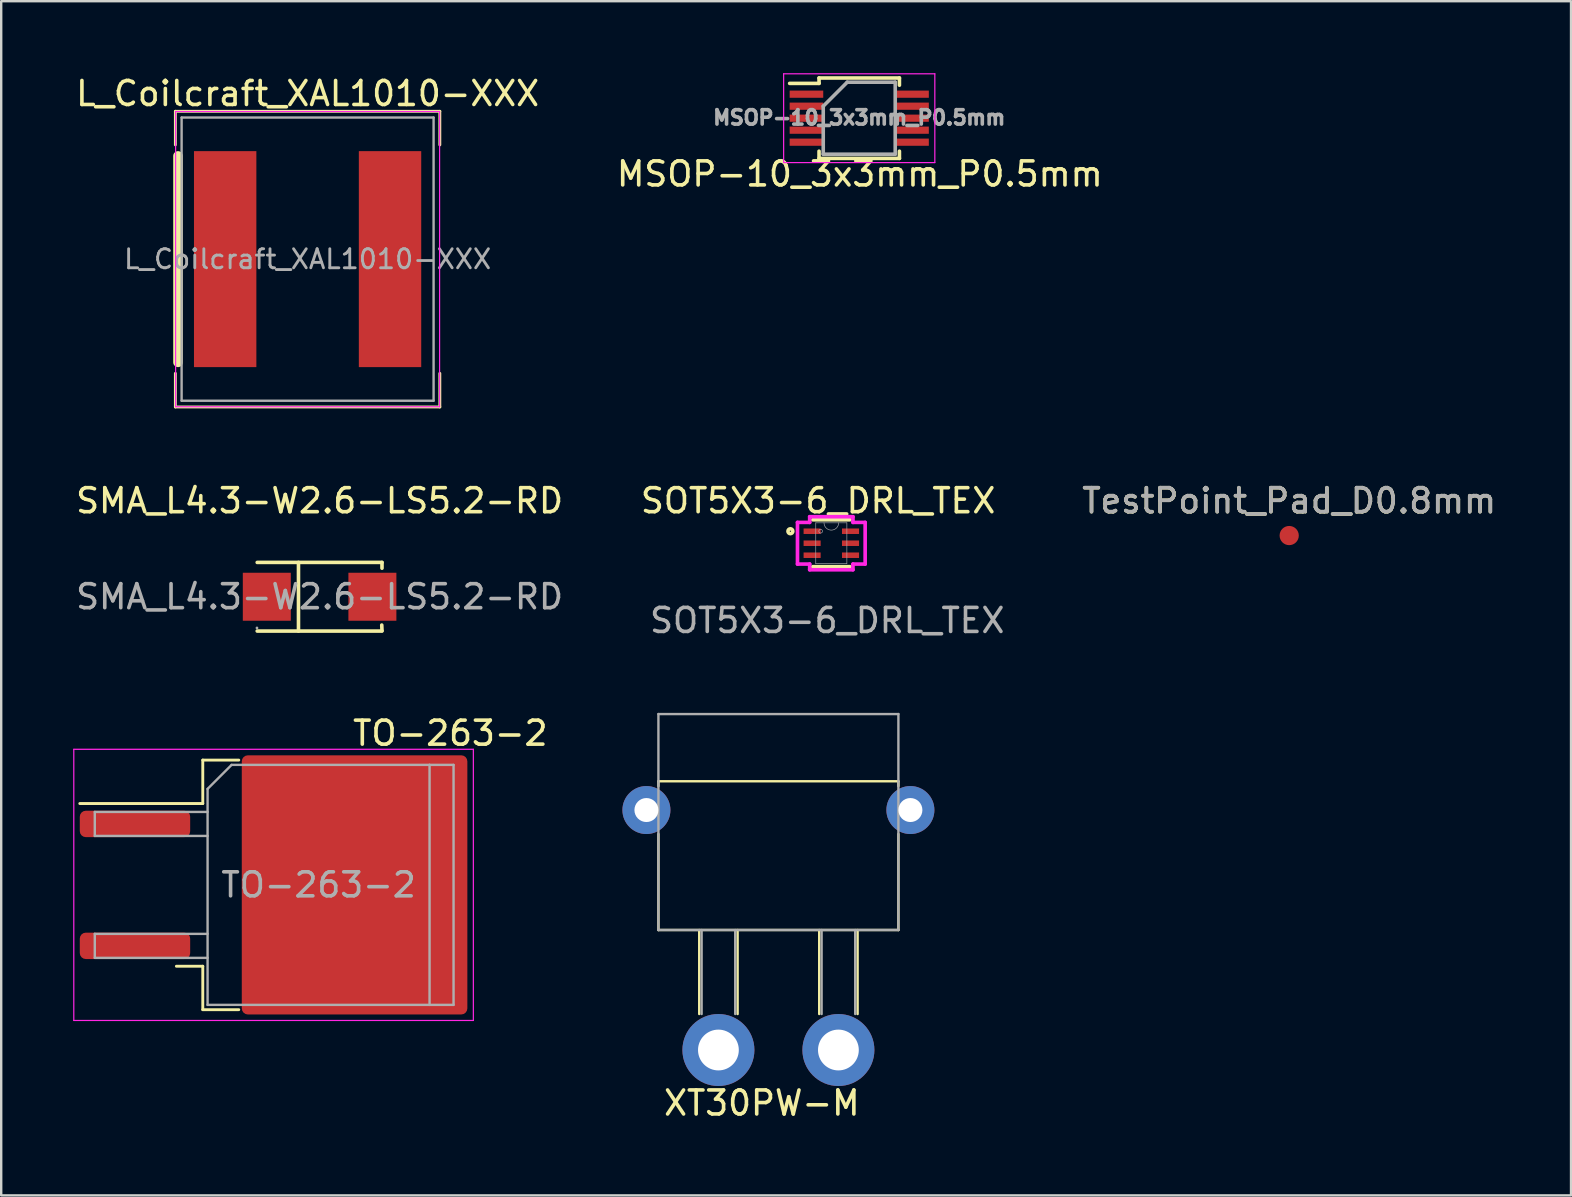
<source format=kicad_pcb>
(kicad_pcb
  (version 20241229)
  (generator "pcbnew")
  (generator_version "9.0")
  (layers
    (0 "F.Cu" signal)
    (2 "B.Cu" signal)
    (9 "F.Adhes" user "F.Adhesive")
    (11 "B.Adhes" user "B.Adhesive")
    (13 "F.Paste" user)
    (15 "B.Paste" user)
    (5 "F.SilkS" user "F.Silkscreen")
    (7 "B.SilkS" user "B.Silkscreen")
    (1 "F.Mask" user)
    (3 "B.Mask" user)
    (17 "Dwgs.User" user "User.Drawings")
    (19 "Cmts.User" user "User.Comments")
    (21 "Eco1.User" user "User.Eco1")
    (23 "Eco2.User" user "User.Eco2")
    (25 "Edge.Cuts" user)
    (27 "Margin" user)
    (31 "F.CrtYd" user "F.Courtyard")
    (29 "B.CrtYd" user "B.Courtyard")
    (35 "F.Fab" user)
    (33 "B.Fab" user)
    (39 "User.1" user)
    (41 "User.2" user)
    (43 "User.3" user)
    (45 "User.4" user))
  (footprint "TO-263-2"
    (layer "F.Cu")
    (at 10.225 33.824)
    (property "Reference" "TO-263-2" (at 5.489 -6.321 0) (layer "F.SilkS") (effects (font (size 1 1) (thickness 0.15))))
    (attr smd)
    (fp_line (start -4.825 -5.2) (end -4.825 -3.39) (stroke (width 0.12) (type solid)) (layer "F.SilkS"))
    (fp_line (start -4.825 -3.39) (end -9.95 -3.39) (stroke (width 0.12) (type solid)) (layer "F.SilkS"))
    (fp_line (start -4.825 3.39) (end -5.925 3.39) (stroke (width 0.12) (type solid)) (layer "F.SilkS"))
    (fp_line (start -4.825 5.2) (end -4.825 3.39) (stroke (width 0.12) (type solid)) (layer "F.SilkS"))
    (fp_line (start -3.325 -5.2) (end -4.825 -5.2) (stroke (width 0.12) (type solid)) (layer "F.SilkS"))
    (fp_line (start -3.325 5.2) (end -4.825 5.2) (stroke (width 0.12) (type solid)) (layer "F.SilkS"))
    (fp_line (start -10.2 -5.65) (end -10.2 5.65) (stroke (width 0.05) (type solid)) (layer "F.CrtYd"))
    (fp_line (start -10.2 5.65) (end 6.45 5.65) (stroke (width 0.05) (type solid)) (layer "F.CrtYd"))
    (fp_line (start 6.45 -5.65) (end -10.2 -5.65) (stroke (width 0.05) (type solid)) (layer "F.CrtYd"))
    (fp_line (start 6.45 5.65) (end 6.45 -5.65) (stroke (width 0.05) (type solid)) (layer "F.CrtYd"))
    (fp_line (start -9.325 -3.04) (end -9.325 -2.04) (stroke (width 0.1) (type solid)) (layer "F.Fab"))
    (fp_line (start -9.325 -2.04) (end -4.625 -2.04) (stroke (width 0.1) (type solid)) (layer "F.Fab"))
    (fp_line (start -9.325 2.04) (end -9.325 3.04) (stroke (width 0.1) (type solid)) (layer "F.Fab"))
    (fp_line (start -9.325 3.04) (end -4.625 3.04) (stroke (width 0.1) (type solid)) (layer "F.Fab"))
    (fp_line (start -4.625 -4) (end -3.625 -5) (stroke (width 0.1) (type solid)) (layer "F.Fab"))
    (fp_line (start -4.625 -3.04) (end -9.325 -3.04) (stroke (width 0.1) (type solid)) (layer "F.Fab"))
    (fp_line (start -4.625 2.04) (end -9.325 2.04) (stroke (width 0.1) (type solid)) (layer "F.Fab"))
    (fp_line (start -4.625 5) (end -4.625 -4) (stroke (width 0.1) (type solid)) (layer "F.Fab"))
    (fp_line (start -3.625 -5) (end 4.625 -5) (stroke (width 0.1) (type solid)) (layer "F.Fab"))
    (fp_line (start 4.625 -5) (end 4.625 5) (stroke (width 0.1) (type solid)) (layer "F.Fab"))
    (fp_line (start 4.625 -5) (end 5.625 -5) (stroke (width 0.1) (type solid)) (layer "F.Fab"))
    (fp_line (start 4.625 5) (end -4.625 5) (stroke (width 0.1) (type solid)) (layer "F.Fab"))
    (fp_line (start 5.625 -5) (end 5.625 5) (stroke (width 0.1) (type solid)) (layer "F.Fab"))
    (fp_line (start 5.625 5) (end 4.625 5) (stroke (width 0.1) (type solid)) (layer "F.Fab"))
    (fp_text user "${REFERENCE}" (at 0 0 0) (layer "F.Fab") (effects (font (size 1 1) (thickness 0.15))))
    (pad "1" smd roundrect (at -7.65 -2.54) (size 4.6 1.1) (layers "F.Cu" "F.Mask" "F.Paste") (roundrect_rratio 0.227))
    (pad "2" smd roundrect (at 1.5 0) (size 9.4 10.8) (layers "F.Cu" "F.Mask") (roundrect_rratio 0.027))
    (pad "3" smd roundrect (at -7.65 2.54) (size 4.6 1.1) (layers "F.Cu" "F.Mask" "F.Paste") (roundrect_rratio 0.227)))
  (footprint "TestPoint_Pad_D0.8mm"
    (layer "F.Cu")
    (at 50.672 19.267)
    (property "Reference" "TestPoint_Pad_D0.8mm" (at 0 -1.448 0) (layer "F.SilkS") (effects (font (size 1 1) (thickness 0.15))))
    (attr exclude_from_pos_files exclude_from_bom)
    (fp_text user "${REFERENCE}" (at 0 -1.45 0) (layer "F.Fab") (effects (font (size 1 1) (thickness 0.15))))
    (pad "1" smd circle (at 0 0) (size 0.8 0.8) (layers "F.Cu" "F.Mask")))
  (footprint "L_Coilcraft_XAL1010-XXX"
    (layer "F.Cu")
    (at 9.768 7.748)
    (property "Reference" "L_Coilcraft_XAL1010-XXX" (at 0 -6.9 0) (layer "F.SilkS") (effects (font (size 1 1) (thickness 0.15))))
    (attr smd)
    (fp_line (start -5.51 -6.16) (end -5.51 -4.76) (stroke (width 0.12) (type solid)) (layer "F.SilkS"))
    (fp_line (start -5.51 -6.16) (end 5.51 -6.16) (stroke (width 0.12) (type solid)) (layer "F.SilkS"))
    (fp_line (start -5.51 6.16) (end -5.51 4.76) (stroke (width 0.12) (type solid)) (layer "F.SilkS"))
    (fp_line (start -5.51 6.16) (end 5.51 6.16) (stroke (width 0.12) (type solid)) (layer "F.SilkS"))
    (fp_line (start -5.4 -4.3) (end -5.4 4.3) (stroke (width 0.4) (type default)) (layer "F.SilkS"))
    (fp_line (start 5.51 -6.16) (end 5.51 -4.76) (stroke (width 0.12) (type solid)) (layer "F.SilkS"))
    (fp_line (start 5.51 6.16) (end 5.51 4.76) (stroke (width 0.12) (type solid)) (layer "F.SilkS"))
    (fp_line (start -5.5 -6.15) (end -5.5 6.15) (stroke (width 0.05) (type solid)) (layer "F.CrtYd"))
    (fp_line (start -5.5 6.15) (end 5.5 6.15) (stroke (width 0.05) (type solid)) (layer "F.CrtYd"))
    (fp_line (start 5.5 -6.15) (end -5.5 -6.15) (stroke (width 0.05) (type solid)) (layer "F.CrtYd"))
    (fp_line (start 5.5 6.15) (end 5.5 -6.15) (stroke (width 0.05) (type solid)) (layer "F.CrtYd"))
    (fp_line (start -5.25 -5.9) (end -5.25 5.9) (stroke (width 0.1) (type solid)) (layer "F.Fab"))
    (fp_line (start -5.25 5.9) (end 5.25 5.9) (stroke (width 0.1) (type solid)) (layer "F.Fab"))
    (fp_line (start 5.25 -5.9) (end -5.25 -5.9) (stroke (width 0.1) (type solid)) (layer "F.Fab"))
    (fp_line (start 5.25 5.9) (end 5.25 -5.9) (stroke (width 0.1) (type solid)) (layer "F.Fab"))
    (fp_text user "${REFERENCE}" (at 0 0 0) (layer "F.Fab") (effects (font (size 0.793 0.793) (thickness 0.119))))
    (pad "1" smd rect (at -3.435 0) (size 2.6 9) (layers "F.Cu" "F.Mask" "F.Paste"))
    (pad "2" smd rect (at 3.435 0) (size 2.6 9) (layers "F.Cu" "F.Mask" "F.Paste")))
  (footprint "XT30PW-M"
    (layer "F.Cu")
    (at 29.387 40.705)
    (property "Reference" "XT30PW-M" (at -0.69 2.21 0) (unlocked yes) (layer "F.SilkS") (effects (font (size 1 1) (thickness 0.15))))
    (attr smd)
    (fp_line (start -5 -11.2) (end -5 -11) (stroke (width 0.1) (type default)) (layer "F.SilkS"))
    (fp_line (start -5 -11.2) (end 5 -11.2) (stroke (width 0.1) (type default)) (layer "F.SilkS"))
    (fp_line (start -5 -5) (end -5 -9) (stroke (width 0.1) (type default)) (layer "F.SilkS"))
    (fp_line (start -5 -5) (end 5 -5) (stroke (width 0.1) (type default)) (layer "F.SilkS"))
    (fp_line (start -3.3 -5) (end -3.3 -1.5) (stroke (width 0.1) (type default)) (layer "F.SilkS"))
    (fp_line (start -1.7 -5) (end -1.7 -1.5) (stroke (width 0.1) (type default)) (layer "F.SilkS"))
    (fp_line (start 1.7 -5) (end 1.7 -1.5) (stroke (width 0.1) (type default)) (layer "F.SilkS"))
    (fp_line (start 3.3 -5) (end 3.3 -1.5) (stroke (width 0.1) (type default)) (layer "F.SilkS"))
    (fp_line (start 5 -11.2) (end 5 -11) (stroke (width 0.1) (type default)) (layer "F.SilkS"))
    (fp_line (start 5 -5) (end 5 -9) (stroke (width 0.1) (type default)) (layer "F.SilkS"))
    (fp_line (start -5 -14) (end 5 -14) (stroke (width 0.1) (type default)) (layer "F.Fab"))
    (fp_line (start -5 -5) (end -5 -14) (stroke (width 0.1) (type default)) (layer "F.Fab"))
    (fp_line (start -3.2 -1.5) (end -3.2 -5) (stroke (width 0.1) (type default)) (layer "F.Fab"))
    (fp_line (start -1.8 -1.5) (end -1.8 -5) (stroke (width 0.1) (type default)) (layer "F.Fab"))
    (fp_line (start 1.8 -1.5) (end 1.8 -5) (stroke (width 0.1) (type default)) (layer "F.Fab"))
    (fp_line (start 3.2 -1.5) (end 3.2 -5) (stroke (width 0.1) (type default)) (layer "F.Fab"))
    (fp_line (start 5 -14) (end 5 -5) (stroke (width 0.1) (type default)) (layer "F.Fab"))
    (fp_line (start 5 -5) (end -5 -5) (stroke (width 0.1) (type default)) (layer "F.Fab"))
    (pad "1" thru_hole circle (at -2.5 0) (size 3 3) (drill 1.7) (layers "*.Cu" "*.Mask"))
    (pad "2" thru_hole circle (at 2.5 0) (size 3 3) (drill 1.7) (layers "*.Cu" "*.Mask"))
    (pad "3" thru_hole circle (at -5.5 -10) (size 2 2) (drill 1) (layers "*.Cu" "*.Mask"))
    (pad "4" thru_hole circle (at 5.5 -10) (size 2 2) (drill 1) (layers "*.Cu" "*.Mask")))
  (footprint "SMA_L4.3-W2.6-LS5.2-RD"
    (layer "F.Cu")
    (at 10.268 21.817)
    (property "Reference" "SMA_L4.3-W2.6-LS5.2-RD" (at 0 -4 0) (layer "F.SilkS") (effects (font (size 1 1) (thickness 0.15))))
    (attr smd)
    (fp_line (start -2.6 -1.43) (end 2.6 -1.43) (stroke (width 0.15) (type solid)) (layer "F.SilkS"))
    (fp_line (start -2.6 1.43) (end 2.6 1.43) (stroke (width 0.15) (type solid)) (layer "F.SilkS"))
    (fp_line (start -0.88 -1.43) (end -0.88 1.43) (stroke (width 0.15) (type solid)) (layer "F.SilkS"))
    (fp_line (start 2.59 1.18) (end 2.6 1.41) (stroke (width 0.15) (type solid)) (layer "F.SilkS"))
    (fp_line (start 2.6 -1.43) (end 2.6 -1.19) (stroke (width 0.15) (type solid)) (layer "F.SilkS"))
    (fp_circle (center -2.61 1.3) (end -2.58 1.3) (stroke (width 0.06) (type solid)) (fill no) (layer "F.Fab"))
    (fp_text user "${REFERENCE}" (at 0 0 0) (layer "F.Fab") (effects (font (size 1 1) (thickness 0.15))))
    (pad "1" smd rect (at -2.2 0 180) (size 2 2) (layers "F.Cu" "F.Mask" "F.Paste"))
    (pad "2" smd rect (at 2.2 0 180) (size 2 2) (layers "F.Cu" "F.Mask" "F.Paste")))
  (footprint "SOT5X3-6_DRL_TEX"
    (layer "F.Cu")
    (at 31.592 19.587)
    (property "Reference" "SOT5X3-6_DRL_TEX" (at -0.55 -1.77 0) (unlocked yes) (layer "F.SilkS") (effects (font (size 1 1) (thickness 0.15))))
    (attr smd)
    (fp_line (start -0.775 0.978) (end 0.775 0.978) (stroke (width 0.152) (type solid)) (layer "F.SilkS"))
    (fp_line (start 0.775 -0.978) (end -0.775 -0.978) (stroke (width 0.152) (type solid)) (layer "F.SilkS"))
    (fp_circle (center -1.706 -0.5) (end -1.605 -0.5) (stroke (width 0.152) (type solid)) (fill no) (layer "F.SilkS"))
    (fp_line (start -1.41 -0.868) (end -0.902 -0.868) (stroke (width 0.152) (type solid)) (layer "F.CrtYd"))
    (fp_line (start -1.41 0.868) (end -1.41 -0.868) (stroke (width 0.152) (type solid)) (layer "F.CrtYd"))
    (fp_line (start -1.41 0.868) (end -0.902 0.868) (stroke (width 0.152) (type solid)) (layer "F.CrtYd"))
    (fp_line (start -0.902 -1.105) (end 0.902 -1.105) (stroke (width 0.152) (type solid)) (layer "F.CrtYd"))
    (fp_line (start -0.902 -0.868) (end -0.902 -1.105) (stroke (width 0.152) (type solid)) (layer "F.CrtYd"))
    (fp_line (start -0.902 1.105) (end -0.902 0.868) (stroke (width 0.152) (type solid)) (layer "F.CrtYd"))
    (fp_line (start 0.902 -1.105) (end 0.902 -0.868) (stroke (width 0.152) (type solid)) (layer "F.CrtYd"))
    (fp_line (start 0.902 0.868) (end 0.902 1.105) (stroke (width 0.152) (type solid)) (layer "F.CrtYd"))
    (fp_line (start 0.902 1.105) (end -0.902 1.105) (stroke (width 0.152) (type solid)) (layer "F.CrtYd"))
    (fp_line (start 1.41 -0.868) (end 0.902 -0.868) (stroke (width 0.152) (type solid)) (layer "F.CrtYd"))
    (fp_line (start 1.41 -0.868) (end 1.41 0.868) (stroke (width 0.152) (type solid)) (layer "F.CrtYd"))
    (fp_line (start 1.41 0.868) (end 0.902 0.868) (stroke (width 0.152) (type solid)) (layer "F.CrtYd"))
    (fp_line (start -0.648 -0.851) (end -0.648 0.851) (stroke (width 0.025) (type solid)) (layer "F.Fab"))
    (fp_line (start -0.648 0.851) (end 0.648 0.851) (stroke (width 0.025) (type solid)) (layer "F.Fab"))
    (fp_line (start 0.648 -0.851) (end -0.648 -0.851) (stroke (width 0.025) (type solid)) (layer "F.Fab"))
    (fp_line (start 0.648 0.851) (end 0.648 -0.851) (stroke (width 0.025) (type solid)) (layer "F.Fab"))
    (fp_arc (start 0.3048 -0.8509) (mid 0 -0.5461) (end -0.3048 -0.8509) (stroke (width 0.0254) (type solid)) (layer "F.Fab"))
    (fp_circle (center -0.445 -0.5) (end -0.368 -0.5) (stroke (width 0.025) (type solid)) (fill no) (layer "F.Fab"))
    (fp_text user "${REFERENCE}" (at -0.17 3.22 0) (unlocked yes) (layer "F.Fab") (effects (font (size 1 1) (thickness 0.15))))
    (pad "1" smd rect (at -0.8 -0.5) (size 0.711 0.229) (layers "F.Cu" "F.Mask" "F.Paste"))
    (pad "2" smd rect (at -0.8 0) (size 0.711 0.229) (layers "F.Cu" "F.Mask" "F.Paste"))
    (pad "3" smd rect (at -0.8 0.5) (size 0.711 0.229) (layers "F.Cu" "F.Mask" "F.Paste"))
    (pad "4" smd rect (at 0.8 0.5) (size 0.711 0.229) (layers "F.Cu" "F.Mask" "F.Paste"))
    (pad "5" smd rect (at 0.8 0) (size 0.711 0.229) (layers "F.Cu" "F.Mask" "F.Paste"))
    (pad "6" smd rect (at 0.8 -0.5) (size 0.711 0.229) (layers "F.Cu" "F.Mask" "F.Paste")))
  (footprint "MSOP-10_3x3mm_P0.5mm"
    (layer "F.Cu")
    (at 32.755 1.875)
    (property "Reference" "MSOP-10_3x3mm_P0.5mm" (at 0.025 2.325 180) (layer "F.SilkS") (effects (font (size 1 1) (thickness 0.15))))
    (attr smd)
    (fp_line (start -1.675 -1.675) (end -1.675 -1.45) (stroke (width 0.15) (type solid)) (layer "F.SilkS"))
    (fp_line (start -1.675 -1.675) (end 1.675 -1.675) (stroke (width 0.15) (type solid)) (layer "F.SilkS"))
    (fp_line (start -1.675 -1.45) (end -2.9 -1.45) (stroke (width 0.15) (type solid)) (layer "F.SilkS"))
    (fp_line (start -1.675 1.675) (end -1.675 1.375) (stroke (width 0.15) (type solid)) (layer "F.SilkS"))
    (fp_line (start -1.675 1.675) (end 1.675 1.675) (stroke (width 0.15) (type solid)) (layer "F.SilkS"))
    (fp_line (start 1.675 -1.675) (end 1.675 -1.375) (stroke (width 0.15) (type solid)) (layer "F.SilkS"))
    (fp_line (start 1.675 1.675) (end 1.675 1.375) (stroke (width 0.15) (type solid)) (layer "F.SilkS"))
    (fp_line (start -3.15 -1.85) (end -3.15 1.85) (stroke (width 0.05) (type solid)) (layer "F.CrtYd"))
    (fp_line (start -3.15 -1.85) (end 3.15 -1.85) (stroke (width 0.05) (type solid)) (layer "F.CrtYd"))
    (fp_line (start -3.15 1.85) (end 3.15 1.85) (stroke (width 0.05) (type solid)) (layer "F.CrtYd"))
    (fp_line (start 3.15 -1.85) (end 3.15 1.85) (stroke (width 0.05) (type solid)) (layer "F.CrtYd"))
    (fp_line (start -1.5 -0.5) (end -0.5 -1.5) (stroke (width 0.15) (type solid)) (layer "F.Fab"))
    (fp_line (start -1.5 1.5) (end -1.5 -0.5) (stroke (width 0.15) (type solid)) (layer "F.Fab"))
    (fp_line (start -0.5 -1.5) (end 1.5 -1.5) (stroke (width 0.15) (type solid)) (layer "F.Fab"))
    (fp_line (start 1.5 -1.5) (end 1.5 1.5) (stroke (width 0.15) (type solid)) (layer "F.Fab"))
    (fp_line (start 1.5 1.5) (end -1.5 1.5) (stroke (width 0.15) (type solid)) (layer "F.Fab"))
    (fp_text user "${REFERENCE}" (at 0 -0.025 180) (layer "F.Fab") (effects (font (size 0.6 0.6) (thickness 0.15))))
    (pad "1" smd rect (at -2.2 -1) (size 1.4 0.3) (layers "F.Cu" "F.Mask" "F.Paste"))
    (pad "2" smd rect (at -2.2 -0.5) (size 1.4 0.3) (layers "F.Cu" "F.Mask" "F.Paste"))
    (pad "3" smd rect (at -2.2 0) (size 1.4 0.3) (layers "F.Cu" "F.Mask" "F.Paste"))
    (pad "4" smd rect (at -2.2 0.5) (size 1.4 0.3) (layers "F.Cu" "F.Mask" "F.Paste"))
    (pad "5" smd rect (at -2.2 1) (size 1.4 0.3) (layers "F.Cu" "F.Mask" "F.Paste"))
    (pad "6" smd rect (at 2.2 1) (size 1.4 0.3) (layers "F.Cu" "F.Mask" "F.Paste"))
    (pad "7" smd rect (at 2.2 0.5) (size 1.4 0.3) (layers "F.Cu" "F.Mask" "F.Paste"))
    (pad "8" smd rect (at 2.2 0) (size 1.4 0.3) (layers "F.Cu" "F.Mask" "F.Paste"))
    (pad "9" smd rect (at 2.2 -0.5) (size 1.4 0.3) (layers "F.Cu" "F.Mask" "F.Paste"))
    (pad "10" smd rect (at 2.2 -1) (size 1.4 0.3) (layers "F.Cu" "F.Mask" "F.Paste")))
  (gr_rect
    (start -3 -3)
    (end 62.416 46.763)
    (stroke (width 0.1) (type default))
    (fill no)
    (layer "Edge.Cuts")))
</source>
